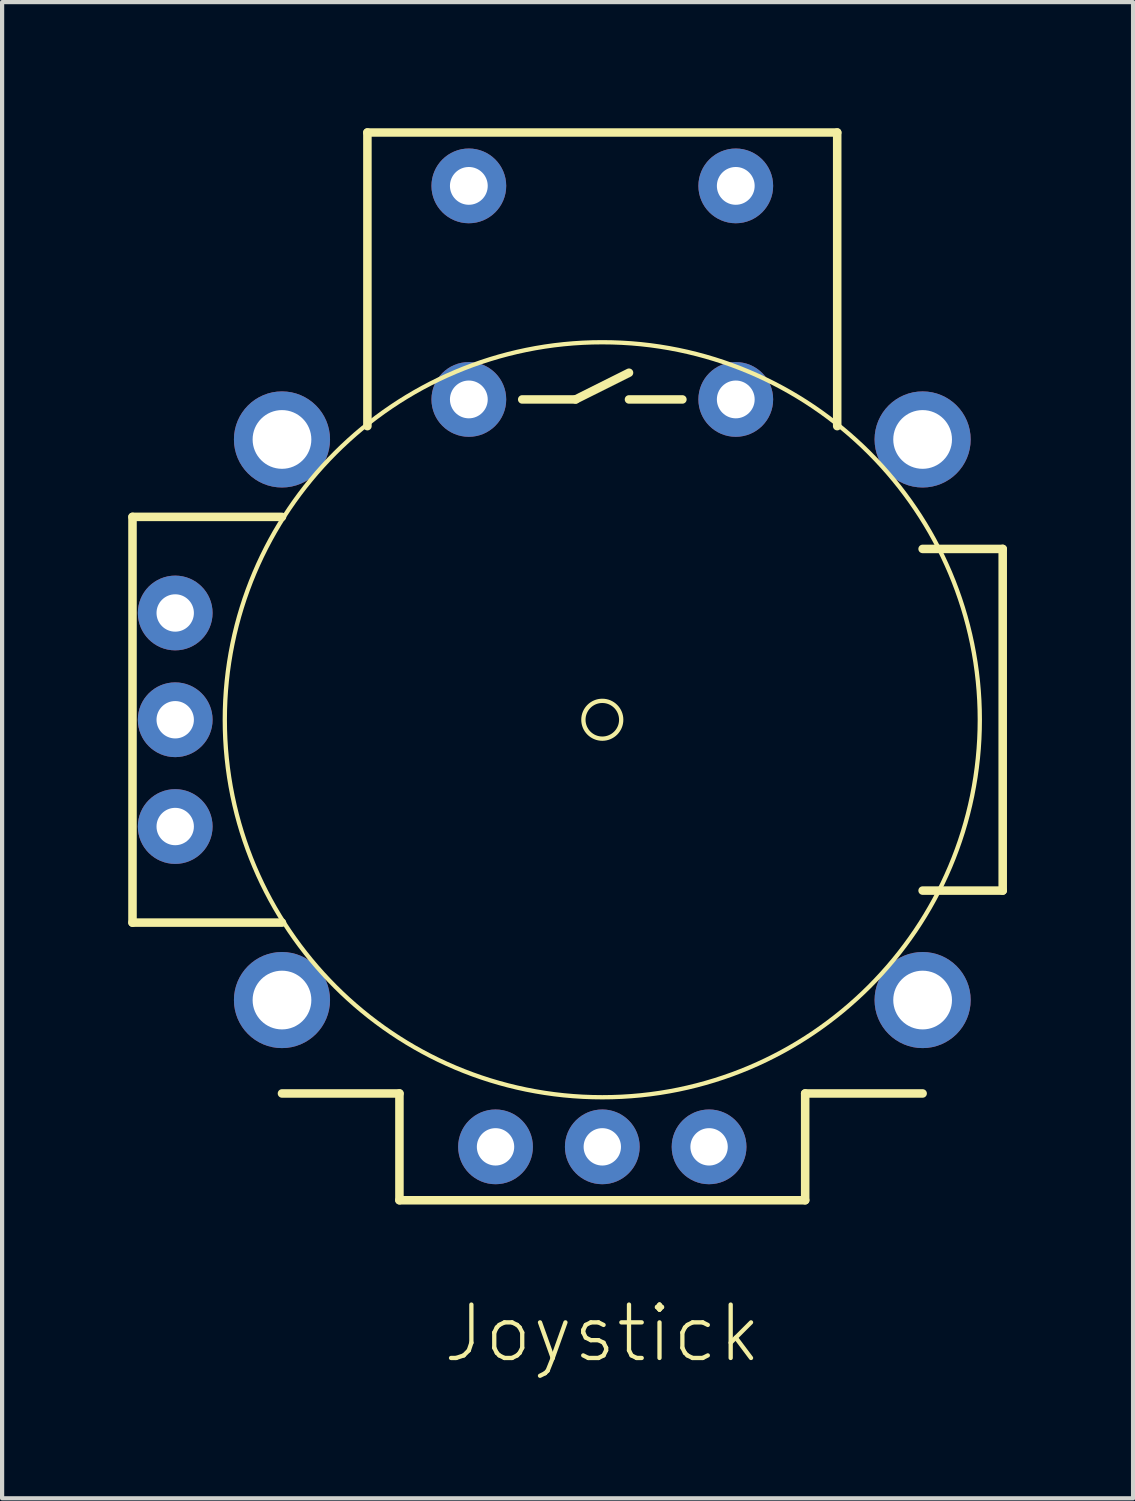
<source format=kicad_pcb>
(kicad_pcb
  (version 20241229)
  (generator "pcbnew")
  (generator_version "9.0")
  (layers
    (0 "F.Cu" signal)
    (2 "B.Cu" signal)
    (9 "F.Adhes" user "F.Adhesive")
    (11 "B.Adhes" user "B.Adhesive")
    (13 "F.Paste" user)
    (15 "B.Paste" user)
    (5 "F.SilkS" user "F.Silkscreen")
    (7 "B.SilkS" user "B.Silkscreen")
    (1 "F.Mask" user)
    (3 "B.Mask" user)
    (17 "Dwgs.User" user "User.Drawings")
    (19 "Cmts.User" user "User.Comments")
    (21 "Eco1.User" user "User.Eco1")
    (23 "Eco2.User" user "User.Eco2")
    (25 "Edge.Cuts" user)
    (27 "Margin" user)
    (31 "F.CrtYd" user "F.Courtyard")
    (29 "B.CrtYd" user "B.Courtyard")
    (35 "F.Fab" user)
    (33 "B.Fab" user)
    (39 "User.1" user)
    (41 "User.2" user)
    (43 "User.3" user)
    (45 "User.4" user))
  (footprint "Joystick"
    (layer "F.Cu")
    (at 11.278 14.072)
    (property "Reference" "Joystick" (at 0 14.6 0) (layer "F.SilkS") (effects (font (size 1.27 1.27) (thickness 0.102))))
    (attr exclude_from_pos_files exclude_from_bom)
    (fp_line (start -11.176 -4.826) (end -11.176 4.826) (stroke (width 0.203) (type solid)) (layer "F.SilkS"))
    (fp_line (start -7.62 -4.826) (end -11.176 -4.826) (stroke (width 0.203) (type solid)) (layer "F.SilkS"))
    (fp_line (start -7.62 4.826) (end -11.176 4.826) (stroke (width 0.203) (type solid)) (layer "F.SilkS"))
    (fp_line (start -5.588 -13.97) (end -5.588 -6.985) (stroke (width 0.203) (type solid)) (layer "F.SilkS"))
    (fp_line (start -4.826 8.89) (end -7.62 8.89) (stroke (width 0.203) (type solid)) (layer "F.SilkS"))
    (fp_line (start -4.826 11.43) (end -4.826 8.89) (stroke (width 0.203) (type solid)) (layer "F.SilkS"))
    (fp_line (start -1.905 -7.62) (end -0.635 -7.62) (stroke (width 0.203) (type solid)) (layer "F.SilkS"))
    (fp_line (start -0.635 -7.62) (end 0.635 -8.255) (stroke (width 0.203) (type solid)) (layer "F.SilkS"))
    (fp_line (start 0.635 -7.62) (end 1.905 -7.62) (stroke (width 0.203) (type solid)) (layer "F.SilkS"))
    (fp_line (start 4.826 8.89) (end 7.62 8.89) (stroke (width 0.203) (type solid)) (layer "F.SilkS"))
    (fp_line (start 4.826 11.43) (end -4.826 11.43) (stroke (width 0.203) (type solid)) (layer "F.SilkS"))
    (fp_line (start 4.826 11.43) (end 4.826 8.89) (stroke (width 0.203) (type solid)) (layer "F.SilkS"))
    (fp_line (start 5.588 -13.97) (end -5.588 -13.97) (stroke (width 0.203) (type solid)) (layer "F.SilkS"))
    (fp_line (start 5.588 -13.97) (end 5.588 -6.985) (stroke (width 0.203) (type solid)) (layer "F.SilkS"))
    (fp_line (start 7.62 -4.064) (end 9.525 -4.064) (stroke (width 0.203) (type solid)) (layer "F.SilkS"))
    (fp_line (start 7.62 4.064) (end 9.525 4.064) (stroke (width 0.203) (type solid)) (layer "F.SilkS"))
    (fp_line (start 9.525 -4.064) (end 9.525 4.064) (stroke (width 0.203) (type solid)) (layer "F.SilkS"))
    (fp_circle (center 0 0) (end -6.35 6.35) (stroke (width 0.102) (type solid)) (fill no) (layer "F.SilkS"))
    (fp_circle (center 0 0) (end -0.318 0.318) (stroke (width 0.102) (type solid)) (fill no) (layer "F.SilkS"))
    (pad "1" thru_hole circle (at -10.16 -2.54) (size 1.778 1.778) (drill 0.889) (layers "*.Cu" "*.Mask"))
    (pad "1" thru_hole circle (at -2.54 10.16) (size 1.778 1.778) (drill 0.889) (layers "*.Cu" "*.Mask"))
    (pad "1" thru_hole circle (at 3.175 -12.7) (size 1.778 1.778) (drill 0.899) (layers "*.Cu" "*.Mask"))
    (pad "1" thru_hole circle (at 3.175 -7.62) (size 1.778 1.778) (drill 0.899) (layers "*.Cu" "*.Mask"))
    (pad "2" thru_hole circle (at -10.16 2.54) (size 1.778 1.778) (drill 0.889) (layers "*.Cu" "*.Mask"))
    (pad "2" thru_hole circle (at 2.54 10.16) (size 1.778 1.778) (drill 0.889) (layers "*.Cu" "*.Mask"))
    (pad "3" thru_hole circle (at -10.16 0) (size 1.778 1.778) (drill 0.889) (layers "*.Cu" "*.Mask"))
    (pad "4" thru_hole circle (at 0 10.16) (size 1.778 1.778) (drill 0.889) (layers "*.Cu" "*.Mask"))
    (pad "5" thru_hole circle (at -3.175 -12.7) (size 1.778 1.778) (drill 0.899) (layers "*.Cu" "*.Mask"))
    (pad "5" thru_hole circle (at -3.175 -7.62) (size 1.778 1.778) (drill 0.899) (layers "*.Cu" "*.Mask"))
    (pad "MOUN" thru_hole circle (at -7.62 -6.668) (size 2.286 2.286) (drill 1.397) (layers "*.Cu" "*.Mask"))
    (pad "MOUN" thru_hole circle (at -7.62 6.668) (size 2.286 2.286) (drill 1.397) (layers "*.Cu" "*.Mask"))
    (pad "MOUN" thru_hole circle (at 7.62 -6.668) (size 2.286 2.286) (drill 1.397) (layers "*.Cu" "*.Mask"))
    (pad "MOUN" thru_hole circle (at 7.62 6.668) (size 2.286 2.286) (drill 1.397) (layers "*.Cu" "*.Mask")))
  (gr_rect
    (start -3 -3)
    (end 23.904 32.593)
    (stroke (width 0.1) (type default))
    (fill no)
    (layer "Edge.Cuts")))
</source>
